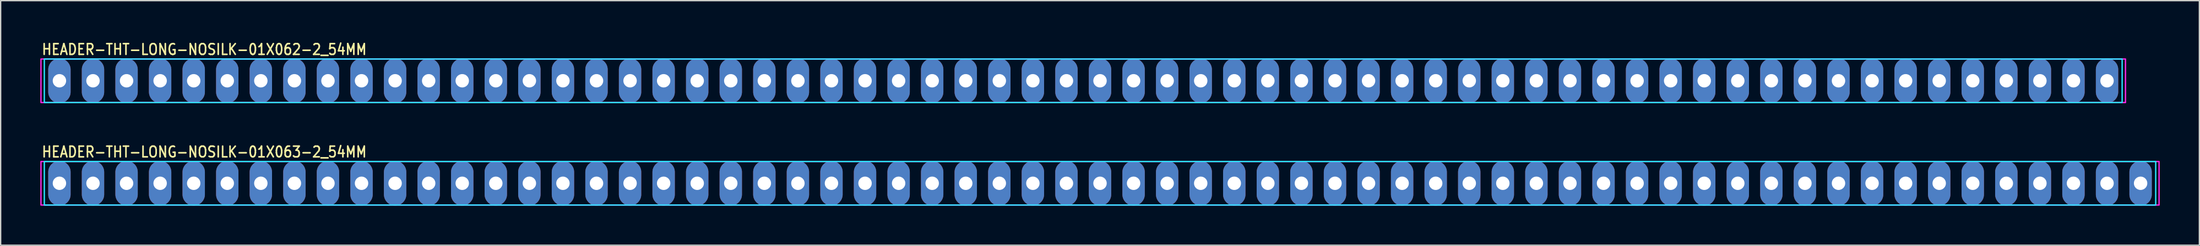
<source format=kicad_pcb>
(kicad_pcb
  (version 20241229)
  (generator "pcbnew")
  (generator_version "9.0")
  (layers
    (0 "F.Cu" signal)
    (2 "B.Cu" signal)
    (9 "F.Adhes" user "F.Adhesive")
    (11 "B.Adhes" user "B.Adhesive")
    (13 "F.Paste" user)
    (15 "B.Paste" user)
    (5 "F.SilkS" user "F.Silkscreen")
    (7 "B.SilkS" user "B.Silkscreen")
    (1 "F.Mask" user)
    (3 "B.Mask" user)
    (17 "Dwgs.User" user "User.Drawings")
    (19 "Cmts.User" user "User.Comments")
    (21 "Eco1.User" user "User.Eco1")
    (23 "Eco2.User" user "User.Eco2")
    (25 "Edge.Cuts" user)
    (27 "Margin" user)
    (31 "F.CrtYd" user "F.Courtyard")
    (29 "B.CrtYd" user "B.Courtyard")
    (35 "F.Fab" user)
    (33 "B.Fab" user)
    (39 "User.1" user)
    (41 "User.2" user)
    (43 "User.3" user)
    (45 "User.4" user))
  (footprint "HEADER-THT-LONG-NOSILK-01X062-2_54MM"
    (layer "F.Cu")
    (at 1.447 3.079)
    (property "Reference" "HEADER-THT-LONG-NOSILK-01X062-2_54MM" (at -1.4 -1.9 0) (unlocked yes) (layer "F.SilkS") (effects (font (size 0.813 0.695) (thickness 0.122)) (justify left bottom)))
    (fp_poly (pts (xy -1.143 -1.651) (xy 156.083 -1.651) (xy 156.083 1.651) (xy -1.143 1.651)) (stroke (width 0.1) (type solid)) (fill no) (layer "B.CrtYd"))
    (fp_poly (pts (xy -1.397 -1.651) (xy 156.337 -1.651) (xy 156.337 1.651) (xy -1.397 1.651)) (stroke (width 0.1) (type solid)) (fill no) (layer "F.CrtYd"))
    (pad "1" thru_hole oval (at 0 0 90) (size 3.387 1.693) (drill 1.016) (layers "*.Cu" "*.Mask"))
    (pad "2" thru_hole oval (at 2.54 0 90) (size 3.387 1.693) (drill 1.016) (layers "*.Cu" "*.Mask"))
    (pad "3" thru_hole oval (at 5.08 0 90) (size 3.387 1.693) (drill 1.016) (layers "*.Cu" "*.Mask"))
    (pad "4" thru_hole oval (at 7.62 0 90) (size 3.387 1.693) (drill 1.016) (layers "*.Cu" "*.Mask"))
    (pad "5" thru_hole oval (at 10.16 0 90) (size 3.387 1.693) (drill 1.016) (layers "*.Cu" "*.Mask"))
    (pad "6" thru_hole oval (at 12.7 0 90) (size 3.387 1.693) (drill 1.016) (layers "*.Cu" "*.Mask"))
    (pad "7" thru_hole oval (at 15.24 0 90) (size 3.387 1.693) (drill 1.016) (layers "*.Cu" "*.Mask"))
    (pad "8" thru_hole oval (at 17.78 0 90) (size 3.387 1.693) (drill 1.016) (layers "*.Cu" "*.Mask"))
    (pad "9" thru_hole oval (at 20.32 0 90) (size 3.387 1.693) (drill 1.016) (layers "*.Cu" "*.Mask"))
    (pad "10" thru_hole oval (at 22.86 0 90) (size 3.387 1.693) (drill 1.016) (layers "*.Cu" "*.Mask"))
    (pad "11" thru_hole oval (at 25.4 0 90) (size 3.387 1.693) (drill 1.016) (layers "*.Cu" "*.Mask"))
    (pad "12" thru_hole oval (at 27.94 0 90) (size 3.387 1.693) (drill 1.016) (layers "*.Cu" "*.Mask"))
    (pad "13" thru_hole oval (at 30.48 0 90) (size 3.387 1.693) (drill 1.016) (layers "*.Cu" "*.Mask"))
    (pad "14" thru_hole oval (at 33.02 0 90) (size 3.387 1.693) (drill 1.016) (layers "*.Cu" "*.Mask"))
    (pad "15" thru_hole oval (at 35.56 0 90) (size 3.387 1.693) (drill 1.016) (layers "*.Cu" "*.Mask"))
    (pad "16" thru_hole oval (at 38.1 0 90) (size 3.387 1.693) (drill 1.016) (layers "*.Cu" "*.Mask"))
    (pad "17" thru_hole oval (at 40.64 0 90) (size 3.387 1.693) (drill 1.016) (layers "*.Cu" "*.Mask"))
    (pad "18" thru_hole oval (at 43.18 0 90) (size 3.387 1.693) (drill 1.016) (layers "*.Cu" "*.Mask"))
    (pad "19" thru_hole oval (at 45.72 0 90) (size 3.387 1.693) (drill 1.016) (layers "*.Cu" "*.Mask"))
    (pad "20" thru_hole oval (at 48.26 0 90) (size 3.387 1.693) (drill 1.016) (layers "*.Cu" "*.Mask"))
    (pad "21" thru_hole oval (at 50.8 0 90) (size 3.387 1.693) (drill 1.016) (layers "*.Cu" "*.Mask"))
    (pad "22" thru_hole oval (at 53.34 0 90) (size 3.387 1.693) (drill 1.016) (layers "*.Cu" "*.Mask"))
    (pad "23" thru_hole oval (at 55.88 0 90) (size 3.387 1.693) (drill 1.016) (layers "*.Cu" "*.Mask"))
    (pad "24" thru_hole oval (at 58.42 0 90) (size 3.387 1.693) (drill 1.016) (layers "*.Cu" "*.Mask"))
    (pad "25" thru_hole oval (at 60.96 0 90) (size 3.387 1.693) (drill 1.016) (layers "*.Cu" "*.Mask"))
    (pad "26" thru_hole oval (at 63.5 0 90) (size 3.387 1.693) (drill 1.016) (layers "*.Cu" "*.Mask"))
    (pad "27" thru_hole oval (at 66.04 0 90) (size 3.387 1.693) (drill 1.016) (layers "*.Cu" "*.Mask"))
    (pad "28" thru_hole oval (at 68.58 0 90) (size 3.387 1.693) (drill 1.016) (layers "*.Cu" "*.Mask"))
    (pad "29" thru_hole oval (at 71.12 0 90) (size 3.387 1.693) (drill 1.016) (layers "*.Cu" "*.Mask"))
    (pad "30" thru_hole oval (at 73.66 0 90) (size 3.387 1.693) (drill 1.016) (layers "*.Cu" "*.Mask"))
    (pad "31" thru_hole oval (at 76.2 0 90) (size 3.387 1.693) (drill 1.016) (layers "*.Cu" "*.Mask"))
    (pad "32" thru_hole oval (at 78.74 0 90) (size 3.387 1.693) (drill 1.016) (layers "*.Cu" "*.Mask"))
    (pad "33" thru_hole oval (at 81.28 0 90) (size 3.387 1.693) (drill 1.016) (layers "*.Cu" "*.Mask"))
    (pad "34" thru_hole oval (at 83.82 0 90) (size 3.387 1.693) (drill 1.016) (layers "*.Cu" "*.Mask"))
    (pad "35" thru_hole oval (at 86.36 0 90) (size 3.387 1.693) (drill 1.016) (layers "*.Cu" "*.Mask"))
    (pad "36" thru_hole oval (at 88.9 0 90) (size 3.387 1.693) (drill 1.016) (layers "*.Cu" "*.Mask"))
    (pad "37" thru_hole oval (at 91.44 0 90) (size 3.387 1.693) (drill 1.016) (layers "*.Cu" "*.Mask"))
    (pad "38" thru_hole oval (at 93.98 0 90) (size 3.387 1.693) (drill 1.016) (layers "*.Cu" "*.Mask"))
    (pad "39" thru_hole oval (at 96.52 0 90) (size 3.387 1.693) (drill 1.016) (layers "*.Cu" "*.Mask"))
    (pad "40" thru_hole oval (at 99.06 0 90) (size 3.387 1.693) (drill 1.016) (layers "*.Cu" "*.Mask"))
    (pad "41" thru_hole oval (at 101.6 0 90) (size 3.387 1.693) (drill 1.016) (layers "*.Cu" "*.Mask"))
    (pad "42" thru_hole oval (at 104.14 0 90) (size 3.387 1.693) (drill 1.016) (layers "*.Cu" "*.Mask"))
    (pad "43" thru_hole oval (at 106.68 0 90) (size 3.387 1.693) (drill 1.016) (layers "*.Cu" "*.Mask"))
    (pad "44" thru_hole oval (at 109.22 0 90) (size 3.387 1.693) (drill 1.016) (layers "*.Cu" "*.Mask"))
    (pad "45" thru_hole oval (at 111.76 0 90) (size 3.387 1.693) (drill 1.016) (layers "*.Cu" "*.Mask"))
    (pad "46" thru_hole oval (at 114.3 0 90) (size 3.387 1.693) (drill 1.016) (layers "*.Cu" "*.Mask"))
    (pad "47" thru_hole oval (at 116.84 0 90) (size 3.387 1.693) (drill 1.016) (layers "*.Cu" "*.Mask"))
    (pad "48" thru_hole oval (at 119.38 0 90) (size 3.387 1.693) (drill 1.016) (layers "*.Cu" "*.Mask"))
    (pad "49" thru_hole oval (at 121.92 0 90) (size 3.387 1.693) (drill 1.016) (layers "*.Cu" "*.Mask"))
    (pad "50" thru_hole oval (at 124.46 0 90) (size 3.387 1.693) (drill 1.016) (layers "*.Cu" "*.Mask"))
    (pad "51" thru_hole oval (at 127 0 90) (size 3.387 1.693) (drill 1.016) (layers "*.Cu" "*.Mask"))
    (pad "52" thru_hole oval (at 129.54 0 90) (size 3.387 1.693) (drill 1.016) (layers "*.Cu" "*.Mask"))
    (pad "53" thru_hole oval (at 132.08 0 90) (size 3.387 1.693) (drill 1.016) (layers "*.Cu" "*.Mask"))
    (pad "54" thru_hole oval (at 134.62 0 90) (size 3.387 1.693) (drill 1.016) (layers "*.Cu" "*.Mask"))
    (pad "55" thru_hole oval (at 137.16 0 90) (size 3.387 1.693) (drill 1.016) (layers "*.Cu" "*.Mask"))
    (pad "56" thru_hole oval (at 139.7 0 90) (size 3.387 1.693) (drill 1.016) (layers "*.Cu" "*.Mask"))
    (pad "57" thru_hole oval (at 142.24 0 90) (size 3.387 1.693) (drill 1.016) (layers "*.Cu" "*.Mask"))
    (pad "58" thru_hole oval (at 144.78 0 90) (size 3.387 1.693) (drill 1.016) (layers "*.Cu" "*.Mask"))
    (pad "59" thru_hole oval (at 147.32 0 90) (size 3.387 1.693) (drill 1.016) (layers "*.Cu" "*.Mask"))
    (pad "60" thru_hole oval (at 149.86 0 90) (size 3.387 1.693) (drill 1.016) (layers "*.Cu" "*.Mask"))
    (pad "61" thru_hole oval (at 152.4 0 90) (size 3.387 1.693) (drill 1.016) (layers "*.Cu" "*.Mask"))
    (pad "62" thru_hole oval (at 154.94 0 90) (size 3.387 1.693) (drill 1.016) (layers "*.Cu" "*.Mask")))
  (footprint "HEADER-THT-LONG-NOSILK-01X063-2_54MM"
    (layer "F.Cu")
    (at 1.447 10.858)
    (property "Reference" "HEADER-THT-LONG-NOSILK-01X063-2_54MM" (at -1.4 -1.9 0) (unlocked yes) (layer "F.SilkS") (effects (font (size 0.813 0.695) (thickness 0.122)) (justify left bottom)))
    (fp_poly (pts (xy -1.143 -1.651) (xy 158.623 -1.651) (xy 158.623 1.651) (xy -1.143 1.651)) (stroke (width 0.1) (type solid)) (fill no) (layer "B.CrtYd"))
    (fp_poly (pts (xy -1.397 -1.651) (xy 158.877 -1.651) (xy 158.877 1.651) (xy -1.397 1.651)) (stroke (width 0.1) (type solid)) (fill no) (layer "F.CrtYd"))
    (pad "1" thru_hole oval (at 0 0 90) (size 3.387 1.693) (drill 1.016) (layers "*.Cu" "*.Mask"))
    (pad "2" thru_hole oval (at 2.54 0 90) (size 3.387 1.693) (drill 1.016) (layers "*.Cu" "*.Mask"))
    (pad "3" thru_hole oval (at 5.08 0 90) (size 3.387 1.693) (drill 1.016) (layers "*.Cu" "*.Mask"))
    (pad "4" thru_hole oval (at 7.62 0 90) (size 3.387 1.693) (drill 1.016) (layers "*.Cu" "*.Mask"))
    (pad "5" thru_hole oval (at 10.16 0 90) (size 3.387 1.693) (drill 1.016) (layers "*.Cu" "*.Mask"))
    (pad "6" thru_hole oval (at 12.7 0 90) (size 3.387 1.693) (drill 1.016) (layers "*.Cu" "*.Mask"))
    (pad "7" thru_hole oval (at 15.24 0 90) (size 3.387 1.693) (drill 1.016) (layers "*.Cu" "*.Mask"))
    (pad "8" thru_hole oval (at 17.78 0 90) (size 3.387 1.693) (drill 1.016) (layers "*.Cu" "*.Mask"))
    (pad "9" thru_hole oval (at 20.32 0 90) (size 3.387 1.693) (drill 1.016) (layers "*.Cu" "*.Mask"))
    (pad "10" thru_hole oval (at 22.86 0 90) (size 3.387 1.693) (drill 1.016) (layers "*.Cu" "*.Mask"))
    (pad "11" thru_hole oval (at 25.4 0 90) (size 3.387 1.693) (drill 1.016) (layers "*.Cu" "*.Mask"))
    (pad "12" thru_hole oval (at 27.94 0 90) (size 3.387 1.693) (drill 1.016) (layers "*.Cu" "*.Mask"))
    (pad "13" thru_hole oval (at 30.48 0 90) (size 3.387 1.693) (drill 1.016) (layers "*.Cu" "*.Mask"))
    (pad "14" thru_hole oval (at 33.02 0 90) (size 3.387 1.693) (drill 1.016) (layers "*.Cu" "*.Mask"))
    (pad "15" thru_hole oval (at 35.56 0 90) (size 3.387 1.693) (drill 1.016) (layers "*.Cu" "*.Mask"))
    (pad "16" thru_hole oval (at 38.1 0 90) (size 3.387 1.693) (drill 1.016) (layers "*.Cu" "*.Mask"))
    (pad "17" thru_hole oval (at 40.64 0 90) (size 3.387 1.693) (drill 1.016) (layers "*.Cu" "*.Mask"))
    (pad "18" thru_hole oval (at 43.18 0 90) (size 3.387 1.693) (drill 1.016) (layers "*.Cu" "*.Mask"))
    (pad "19" thru_hole oval (at 45.72 0 90) (size 3.387 1.693) (drill 1.016) (layers "*.Cu" "*.Mask"))
    (pad "20" thru_hole oval (at 48.26 0 90) (size 3.387 1.693) (drill 1.016) (layers "*.Cu" "*.Mask"))
    (pad "21" thru_hole oval (at 50.8 0 90) (size 3.387 1.693) (drill 1.016) (layers "*.Cu" "*.Mask"))
    (pad "22" thru_hole oval (at 53.34 0 90) (size 3.387 1.693) (drill 1.016) (layers "*.Cu" "*.Mask"))
    (pad "23" thru_hole oval (at 55.88 0 90) (size 3.387 1.693) (drill 1.016) (layers "*.Cu" "*.Mask"))
    (pad "24" thru_hole oval (at 58.42 0 90) (size 3.387 1.693) (drill 1.016) (layers "*.Cu" "*.Mask"))
    (pad "25" thru_hole oval (at 60.96 0 90) (size 3.387 1.693) (drill 1.016) (layers "*.Cu" "*.Mask"))
    (pad "26" thru_hole oval (at 63.5 0 90) (size 3.387 1.693) (drill 1.016) (layers "*.Cu" "*.Mask"))
    (pad "27" thru_hole oval (at 66.04 0 90) (size 3.387 1.693) (drill 1.016) (layers "*.Cu" "*.Mask"))
    (pad "28" thru_hole oval (at 68.58 0 90) (size 3.387 1.693) (drill 1.016) (layers "*.Cu" "*.Mask"))
    (pad "29" thru_hole oval (at 71.12 0 90) (size 3.387 1.693) (drill 1.016) (layers "*.Cu" "*.Mask"))
    (pad "30" thru_hole oval (at 73.66 0 90) (size 3.387 1.693) (drill 1.016) (layers "*.Cu" "*.Mask"))
    (pad "31" thru_hole oval (at 76.2 0 90) (size 3.387 1.693) (drill 1.016) (layers "*.Cu" "*.Mask"))
    (pad "32" thru_hole oval (at 78.74 0 90) (size 3.387 1.693) (drill 1.016) (layers "*.Cu" "*.Mask"))
    (pad "33" thru_hole oval (at 81.28 0 90) (size 3.387 1.693) (drill 1.016) (layers "*.Cu" "*.Mask"))
    (pad "34" thru_hole oval (at 83.82 0 90) (size 3.387 1.693) (drill 1.016) (layers "*.Cu" "*.Mask"))
    (pad "35" thru_hole oval (at 86.36 0 90) (size 3.387 1.693) (drill 1.016) (layers "*.Cu" "*.Mask"))
    (pad "36" thru_hole oval (at 88.9 0 90) (size 3.387 1.693) (drill 1.016) (layers "*.Cu" "*.Mask"))
    (pad "37" thru_hole oval (at 91.44 0 90) (size 3.387 1.693) (drill 1.016) (layers "*.Cu" "*.Mask"))
    (pad "38" thru_hole oval (at 93.98 0 90) (size 3.387 1.693) (drill 1.016) (layers "*.Cu" "*.Mask"))
    (pad "39" thru_hole oval (at 96.52 0 90) (size 3.387 1.693) (drill 1.016) (layers "*.Cu" "*.Mask"))
    (pad "40" thru_hole oval (at 99.06 0 90) (size 3.387 1.693) (drill 1.016) (layers "*.Cu" "*.Mask"))
    (pad "41" thru_hole oval (at 101.6 0 90) (size 3.387 1.693) (drill 1.016) (layers "*.Cu" "*.Mask"))
    (pad "42" thru_hole oval (at 104.14 0 90) (size 3.387 1.693) (drill 1.016) (layers "*.Cu" "*.Mask"))
    (pad "43" thru_hole oval (at 106.68 0 90) (size 3.387 1.693) (drill 1.016) (layers "*.Cu" "*.Mask"))
    (pad "44" thru_hole oval (at 109.22 0 90) (size 3.387 1.693) (drill 1.016) (layers "*.Cu" "*.Mask"))
    (pad "45" thru_hole oval (at 111.76 0 90) (size 3.387 1.693) (drill 1.016) (layers "*.Cu" "*.Mask"))
    (pad "46" thru_hole oval (at 114.3 0 90) (size 3.387 1.693) (drill 1.016) (layers "*.Cu" "*.Mask"))
    (pad "47" thru_hole oval (at 116.84 0 90) (size 3.387 1.693) (drill 1.016) (layers "*.Cu" "*.Mask"))
    (pad "48" thru_hole oval (at 119.38 0 90) (size 3.387 1.693) (drill 1.016) (layers "*.Cu" "*.Mask"))
    (pad "49" thru_hole oval (at 121.92 0 90) (size 3.387 1.693) (drill 1.016) (layers "*.Cu" "*.Mask"))
    (pad "50" thru_hole oval (at 124.46 0 90) (size 3.387 1.693) (drill 1.016) (layers "*.Cu" "*.Mask"))
    (pad "51" thru_hole oval (at 127 0 90) (size 3.387 1.693) (drill 1.016) (layers "*.Cu" "*.Mask"))
    (pad "52" thru_hole oval (at 129.54 0 90) (size 3.387 1.693) (drill 1.016) (layers "*.Cu" "*.Mask"))
    (pad "53" thru_hole oval (at 132.08 0 90) (size 3.387 1.693) (drill 1.016) (layers "*.Cu" "*.Mask"))
    (pad "54" thru_hole oval (at 134.62 0 90) (size 3.387 1.693) (drill 1.016) (layers "*.Cu" "*.Mask"))
    (pad "55" thru_hole oval (at 137.16 0 90) (size 3.387 1.693) (drill 1.016) (layers "*.Cu" "*.Mask"))
    (pad "56" thru_hole oval (at 139.7 0 90) (size 3.387 1.693) (drill 1.016) (layers "*.Cu" "*.Mask"))
    (pad "57" thru_hole oval (at 142.24 0 90) (size 3.387 1.693) (drill 1.016) (layers "*.Cu" "*.Mask"))
    (pad "58" thru_hole oval (at 144.78 0 90) (size 3.387 1.693) (drill 1.016) (layers "*.Cu" "*.Mask"))
    (pad "59" thru_hole oval (at 147.32 0 90) (size 3.387 1.693) (drill 1.016) (layers "*.Cu" "*.Mask"))
    (pad "60" thru_hole oval (at 149.86 0 90) (size 3.387 1.693) (drill 1.016) (layers "*.Cu" "*.Mask"))
    (pad "61" thru_hole oval (at 152.4 0 90) (size 3.387 1.693) (drill 1.016) (layers "*.Cu" "*.Mask"))
    (pad "62" thru_hole oval (at 154.94 0 90) (size 3.387 1.693) (drill 1.016) (layers "*.Cu" "*.Mask"))
    (pad "63" thru_hole oval (at 157.48 0 90) (size 3.387 1.693) (drill 1.016) (layers "*.Cu" "*.Mask")))
  (gr_rect
    (start -3 -3)
    (end 163.374 15.559)
    (stroke (width 0.1) (type default))
    (fill no)
    (layer "Edge.Cuts")))
</source>
